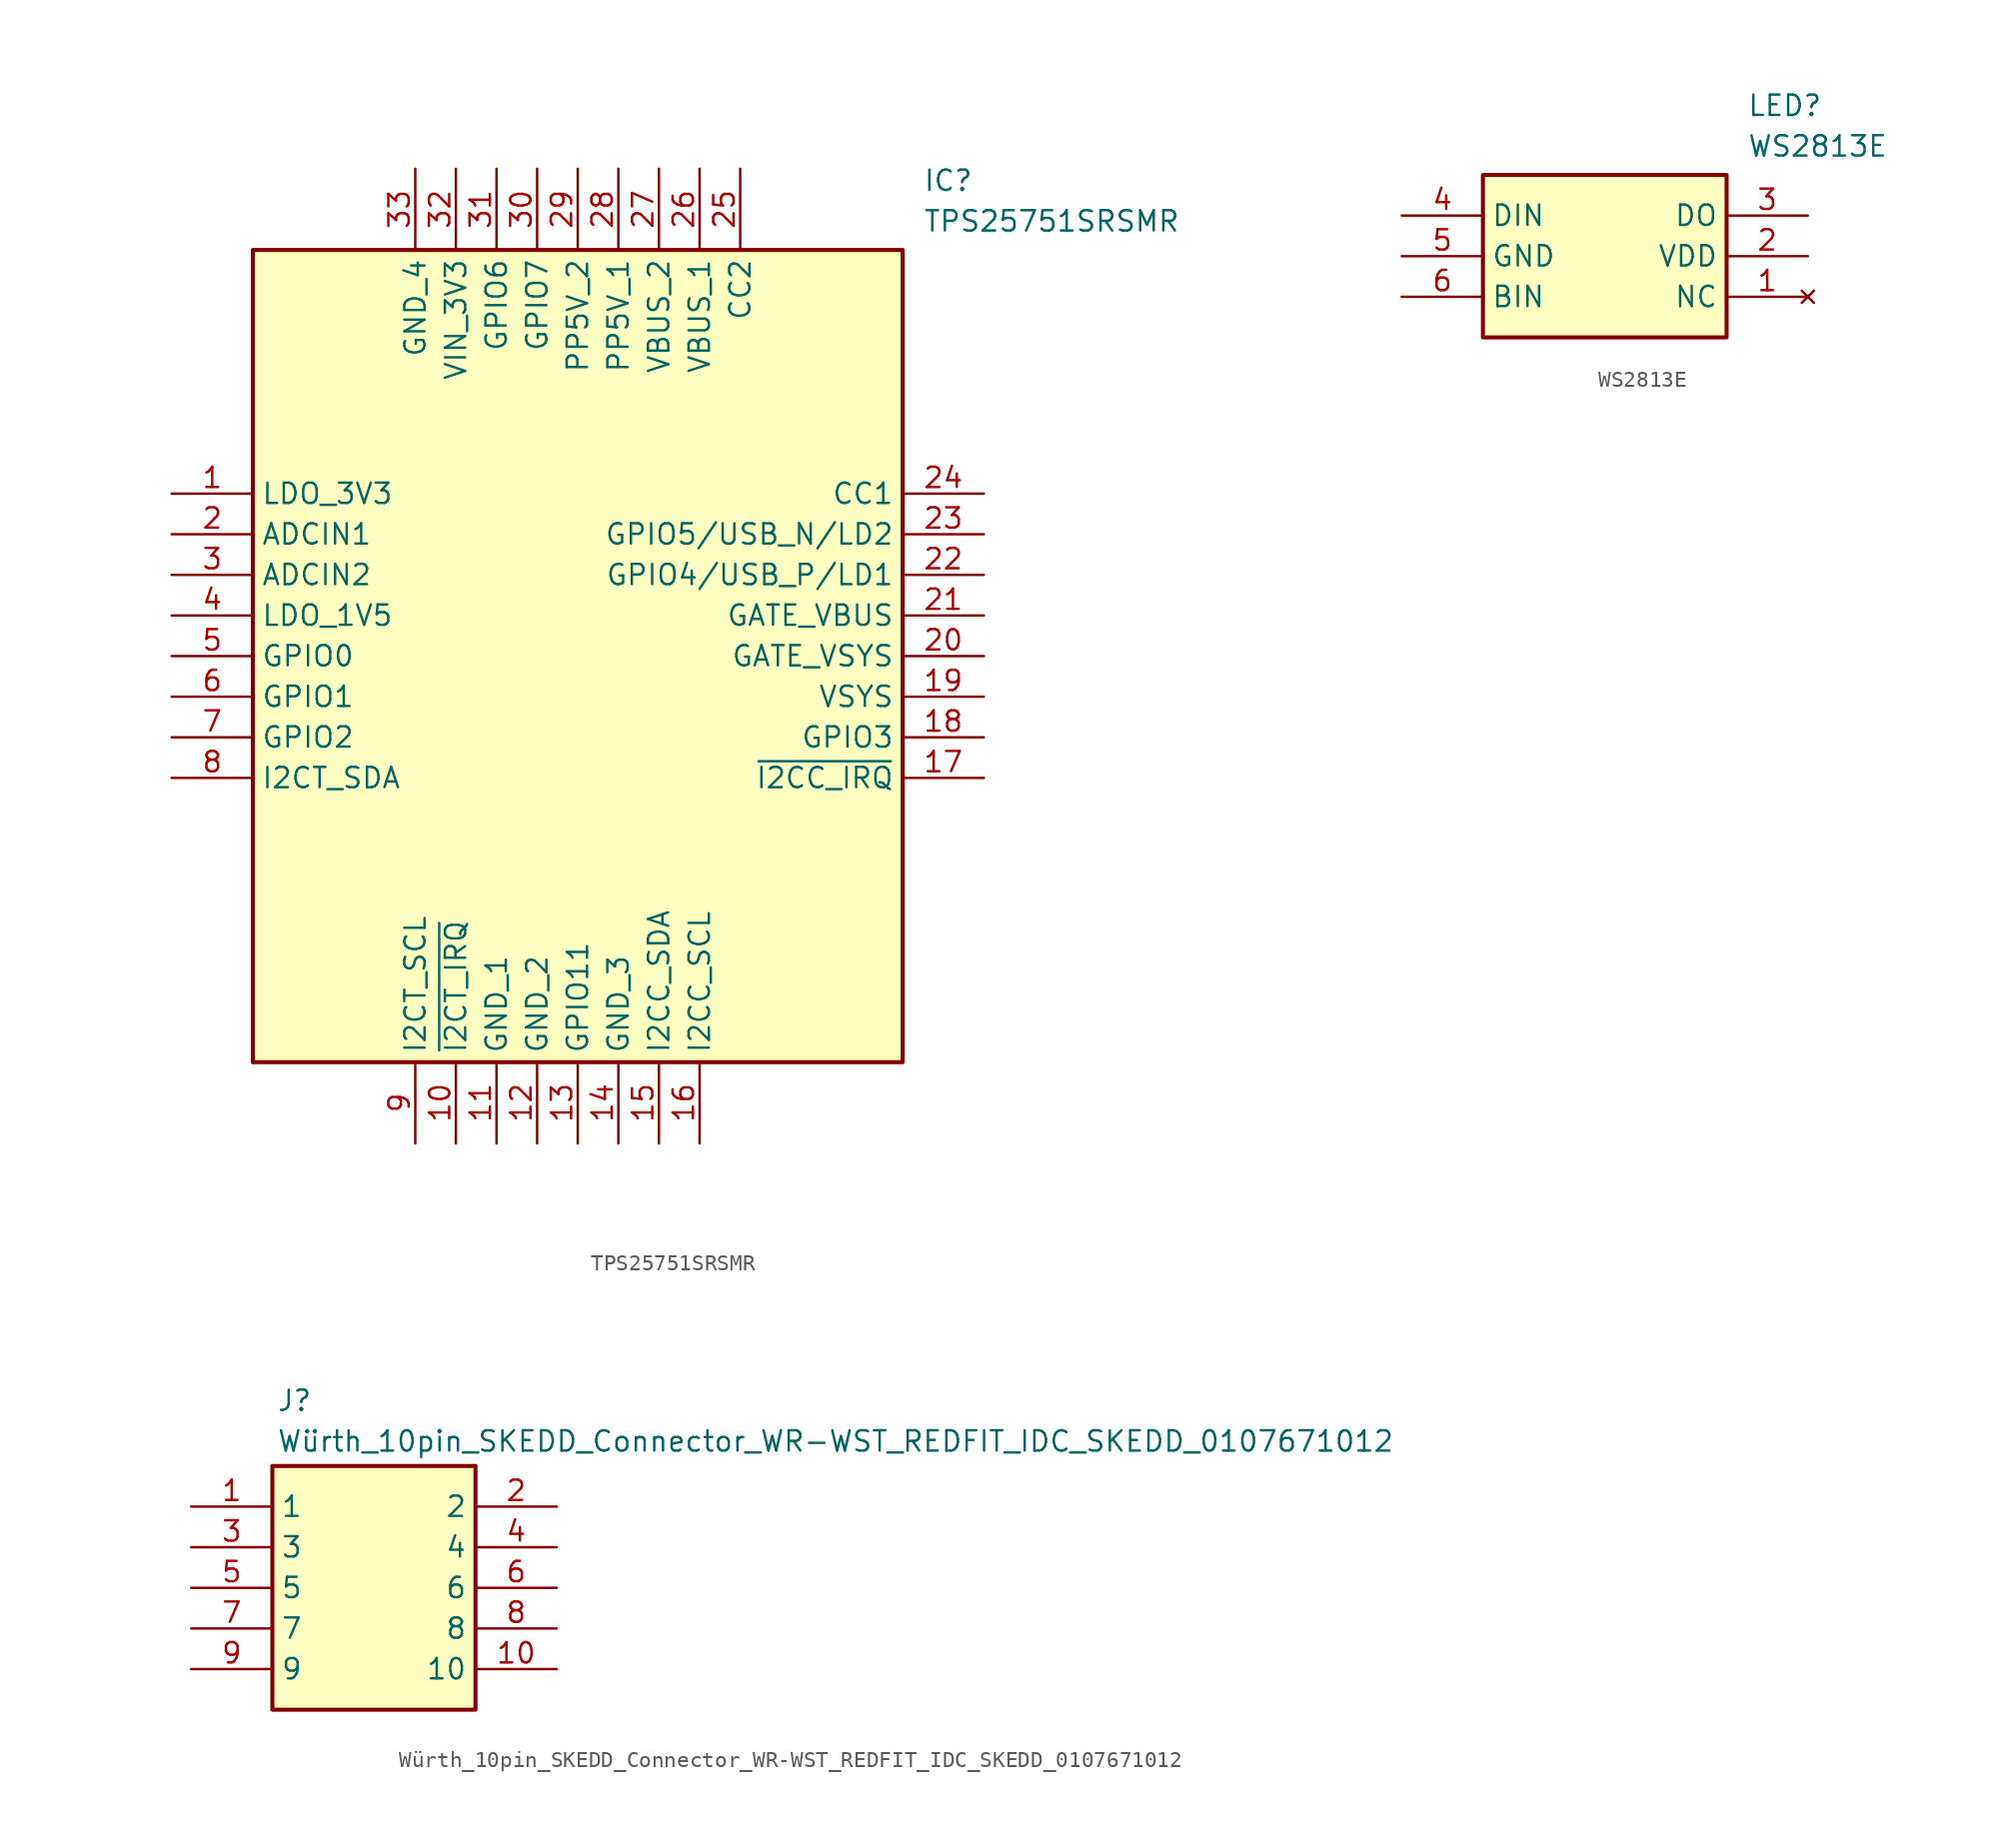
<source format=kicad_sym>
(kicad_symbol_lib
  (version 20241209)
  (generator "kicad_symbol_editor")
  (generator_version "9.0")
  (symbol "TPS25751SRSMR"
    (property "Reference" "IC"
      (at 46.99 20.32 0)
      (effects (font (size 1.27 1.27)) (justify left top)))
    (property "Value" "TPS25751SRSMR"
      (at 46.99 17.78 0)
      (effects (font (size 1.27 1.27)) (justify left top)))
    (symbol "TPS25751SRSMR_1_1"
      (rectangle (start 5.08 15.24) (end 45.72 -35.56) (stroke (width 0.254) (type default)) (fill (type background)))
      (pin passive line (at 0 0 0) (length 5.08) (name "LDO_3V3" (effects (font (size 1.27 1.27)))) (number "1" (effects (font (size 1.27 1.27)))))
      (pin passive line (at 0 -2.54 0) (length 5.08) (name "ADCIN1" (effects (font (size 1.27 1.27)))) (number "2" (effects (font (size 1.27 1.27)))))
      (pin passive line (at 0 -5.08 0) (length 5.08) (name "ADCIN2" (effects (font (size 1.27 1.27)))) (number "3" (effects (font (size 1.27 1.27)))))
      (pin passive line (at 0 -7.62 0) (length 5.08) (name "LDO_1V5" (effects (font (size 1.27 1.27)))) (number "4" (effects (font (size 1.27 1.27)))))
      (pin passive line (at 0 -10.16 0) (length 5.08) (name "GPIO0" (effects (font (size 1.27 1.27)))) (number "5" (effects (font (size 1.27 1.27)))))
      (pin passive line (at 0 -12.7 0) (length 5.08) (name "GPIO1" (effects (font (size 1.27 1.27)))) (number "6" (effects (font (size 1.27 1.27)))))
      (pin passive line (at 0 -15.24 0) (length 5.08) (name "GPIO2" (effects (font (size 1.27 1.27)))) (number "7" (effects (font (size 1.27 1.27)))))
      (pin passive line (at 0 -17.78 0) (length 5.08) (name "I2CT_SDA" (effects (font (size 1.27 1.27)))) (number "8" (effects (font (size 1.27 1.27)))))
      (pin passive line (at 15.24 20.32 270) (length 5.08) (name "GND_4" (effects (font (size 1.27 1.27)))) (number "33" (effects (font (size 1.27 1.27)))))
      (pin passive line (at 15.24 -40.64 90) (length 5.08) (name "I2CT_SCL" (effects (font (size 1.27 1.27)))) (number "9" (effects (font (size 1.27 1.27)))))
      (pin passive line (at 17.78 20.32 270) (length 5.08) (name "VIN_3V3" (effects (font (size 1.27 1.27)))) (number "32" (effects (font (size 1.27 1.27)))))
      (pin passive line (at 17.78 -40.64 90) (length 5.08) (name "~{I2CT_IRQ}" (effects (font (size 1.27 1.27)))) (number "10" (effects (font (size 1.27 1.27)))))
      (pin passive line (at 20.32 20.32 270) (length 5.08) (name "GPIO6" (effects (font (size 1.27 1.27)))) (number "31" (effects (font (size 1.27 1.27)))))
      (pin passive line (at 20.32 -40.64 90) (length 5.08) (name "GND_1" (effects (font (size 1.27 1.27)))) (number "11" (effects (font (size 1.27 1.27)))))
      (pin passive line (at 22.86 20.32 270) (length 5.08) (name "GPIO7" (effects (font (size 1.27 1.27)))) (number "30" (effects (font (size 1.27 1.27)))))
      (pin passive line (at 22.86 -40.64 90) (length 5.08) (name "GND_2" (effects (font (size 1.27 1.27)))) (number "12" (effects (font (size 1.27 1.27)))))
      (pin passive line (at 25.4 20.32 270) (length 5.08) (name "PP5V_2" (effects (font (size 1.27 1.27)))) (number "29" (effects (font (size 1.27 1.27)))))
      (pin passive line (at 25.4 -40.64 90) (length 5.08) (name "GPIO11" (effects (font (size 1.27 1.27)))) (number "13" (effects (font (size 1.27 1.27)))))
      (pin passive line (at 27.94 20.32 270) (length 5.08) (name "PP5V_1" (effects (font (size 1.27 1.27)))) (number "28" (effects (font (size 1.27 1.27)))))
      (pin passive line (at 27.94 -40.64 90) (length 5.08) (name "GND_3" (effects (font (size 1.27 1.27)))) (number "14" (effects (font (size 1.27 1.27)))))
      (pin passive line (at 30.48 20.32 270) (length 5.08) (name "VBUS_2" (effects (font (size 1.27 1.27)))) (number "27" (effects (font (size 1.27 1.27)))))
      (pin passive line (at 30.48 -40.64 90) (length 5.08) (name "I2CC_SDA" (effects (font (size 1.27 1.27)))) (number "15" (effects (font (size 1.27 1.27)))))
      (pin passive line (at 33.02 20.32 270) (length 5.08) (name "VBUS_1" (effects (font (size 1.27 1.27)))) (number "26" (effects (font (size 1.27 1.27)))))
      (pin passive line (at 33.02 -40.64 90) (length 5.08) (name "I2CC_SCL" (effects (font (size 1.27 1.27)))) (number "16" (effects (font (size 1.27 1.27)))))
      (pin passive line (at 35.56 20.32 270) (length 5.08) (name "CC2" (effects (font (size 1.27 1.27)))) (number "25" (effects (font (size 1.27 1.27)))))
      (pin passive line (at 50.8 0 180) (length 5.08) (name "CC1" (effects (font (size 1.27 1.27)))) (number "24" (effects (font (size 1.27 1.27)))))
      (pin passive line (at 50.8 -2.54 180) (length 5.08) (name "GPIO5/USB_N/LD2" (effects (font (size 1.27 1.27)))) (number "23" (effects (font (size 1.27 1.27)))))
      (pin passive line (at 50.8 -5.08 180) (length 5.08) (name "GPIO4/USB_P/LD1" (effects (font (size 1.27 1.27)))) (number "22" (effects (font (size 1.27 1.27)))))
      (pin passive line (at 50.8 -7.62 180) (length 5.08) (name "GATE_VBUS" (effects (font (size 1.27 1.27)))) (number "21" (effects (font (size 1.27 1.27)))))
      (pin passive line (at 50.8 -10.16 180) (length 5.08) (name "GATE_VSYS" (effects (font (size 1.27 1.27)))) (number "20" (effects (font (size 1.27 1.27)))))
      (pin passive line (at 50.8 -12.7 180) (length 5.08) (name "VSYS" (effects (font (size 1.27 1.27)))) (number "19" (effects (font (size 1.27 1.27)))))
      (pin passive line (at 50.8 -15.24 180) (length 5.08) (name "GPIO3" (effects (font (size 1.27 1.27)))) (number "18" (effects (font (size 1.27 1.27)))))
      (pin passive line (at 50.8 -17.78 180) (length 5.08) (name "~{I2CC_IRQ}" (effects (font (size 1.27 1.27)))) (number "17" (effects (font (size 1.27 1.27)))))))
  (symbol "WS2813E"
    (property "Reference" "LED"
      (at 21.59 7.62 0)
      (effects (font (size 1.27 1.27)) (justify left top)))
    (property "Value" "WS2813E"
      (at 21.59 5.08 0)
      (effects (font (size 1.27 1.27)) (justify left top)))
    (symbol "WS2813E_1_1"
      (rectangle (start 5.08 2.54) (end 20.32 -7.62) (stroke (width 0.254) (type default)) (fill (type background)))
      (pin passive line (at 0 0 0) (length 5.08) (name "DIN" (effects (font (size 1.27 1.27)))) (number "4" (effects (font (size 1.27 1.27)))))
      (pin passive line (at 0 -2.54 0) (length 5.08) (name "GND" (effects (font (size 1.27 1.27)))) (number "5" (effects (font (size 1.27 1.27)))))
      (pin passive line (at 0 -5.08 0) (length 5.08) (name "BIN" (effects (font (size 1.27 1.27)))) (number "6" (effects (font (size 1.27 1.27)))))
      (pin passive line (at 25.4 0 180) (length 5.08) (name "DO" (effects (font (size 1.27 1.27)))) (number "3" (effects (font (size 1.27 1.27)))))
      (pin passive line (at 25.4 -2.54 180) (length 5.08) (name "VDD" (effects (font (size 1.27 1.27)))) (number "2" (effects (font (size 1.27 1.27)))))
      (pin no_connect line (at 25.4 -5.08 180) (length 5.08) (name "NC" (effects (font (size 1.27 1.27)))) (number "1" (effects (font (size 1.27 1.27)))))))
  (symbol "Würth_10pin_SKEDD_Connector_WR-WST_REDFIT_IDC_SKEDD_0107671012"
    (property "Reference" "J"
      (at 5.334 7.366 0)
      (effects (font (size 1.27 1.27)) (justify left top)))
    (property "Value" "Würth_10pin_SKEDD_Connector_WR-WST_REDFIT_IDC_SKEDD_0107671012"
      (at 5.334 4.826 0)
      (effects (font (size 1.27 1.27)) (justify left top)))
    (symbol "Würth_10pin_SKEDD_Connector_WR-WST_REDFIT_IDC_SKEDD_0107671012_1_1"
      (rectangle (start 5.08 2.54) (end 17.78 -12.7) (stroke (width 0.254) (type default)) (fill (type background)))
      (pin passive line (at 0 0 0) (length 5.08) (name "1" (effects (font (size 1.27 1.27)))) (number "1" (effects (font (size 1.27 1.27)))))
      (pin passive line (at 0 -2.54 0) (length 5.08) (name "3" (effects (font (size 1.27 1.27)))) (number "3" (effects (font (size 1.27 1.27)))))
      (pin passive line (at 0 -5.08 0) (length 5.08) (name "5" (effects (font (size 1.27 1.27)))) (number "5" (effects (font (size 1.27 1.27)))))
      (pin passive line (at 0 -7.62 0) (length 5.08) (name "7" (effects (font (size 1.27 1.27)))) (number "7" (effects (font (size 1.27 1.27)))))
      (pin passive line (at 0 -10.16 0) (length 5.08) (name "9" (effects (font (size 1.27 1.27)))) (number "9" (effects (font (size 1.27 1.27)))))
      (pin passive line (at 22.86 0 180) (length 5.08) (name "2" (effects (font (size 1.27 1.27)))) (number "2" (effects (font (size 1.27 1.27)))))
      (pin passive line (at 22.86 -2.54 180) (length 5.08) (name "4" (effects (font (size 1.27 1.27)))) (number "4" (effects (font (size 1.27 1.27)))))
      (pin passive line (at 22.86 -5.08 180) (length 5.08) (name "6" (effects (font (size 1.27 1.27)))) (number "6" (effects (font (size 1.27 1.27)))))
      (pin passive line (at 22.86 -7.62 180) (length 5.08) (name "8" (effects (font (size 1.27 1.27)))) (number "8" (effects (font (size 1.27 1.27)))))
      (pin passive line (at 22.86 -10.16 180) (length 5.08) (name "10" (effects (font (size 1.27 1.27)))) (number "10" (effects (font (size 1.27 1.27))))))))
</source>
